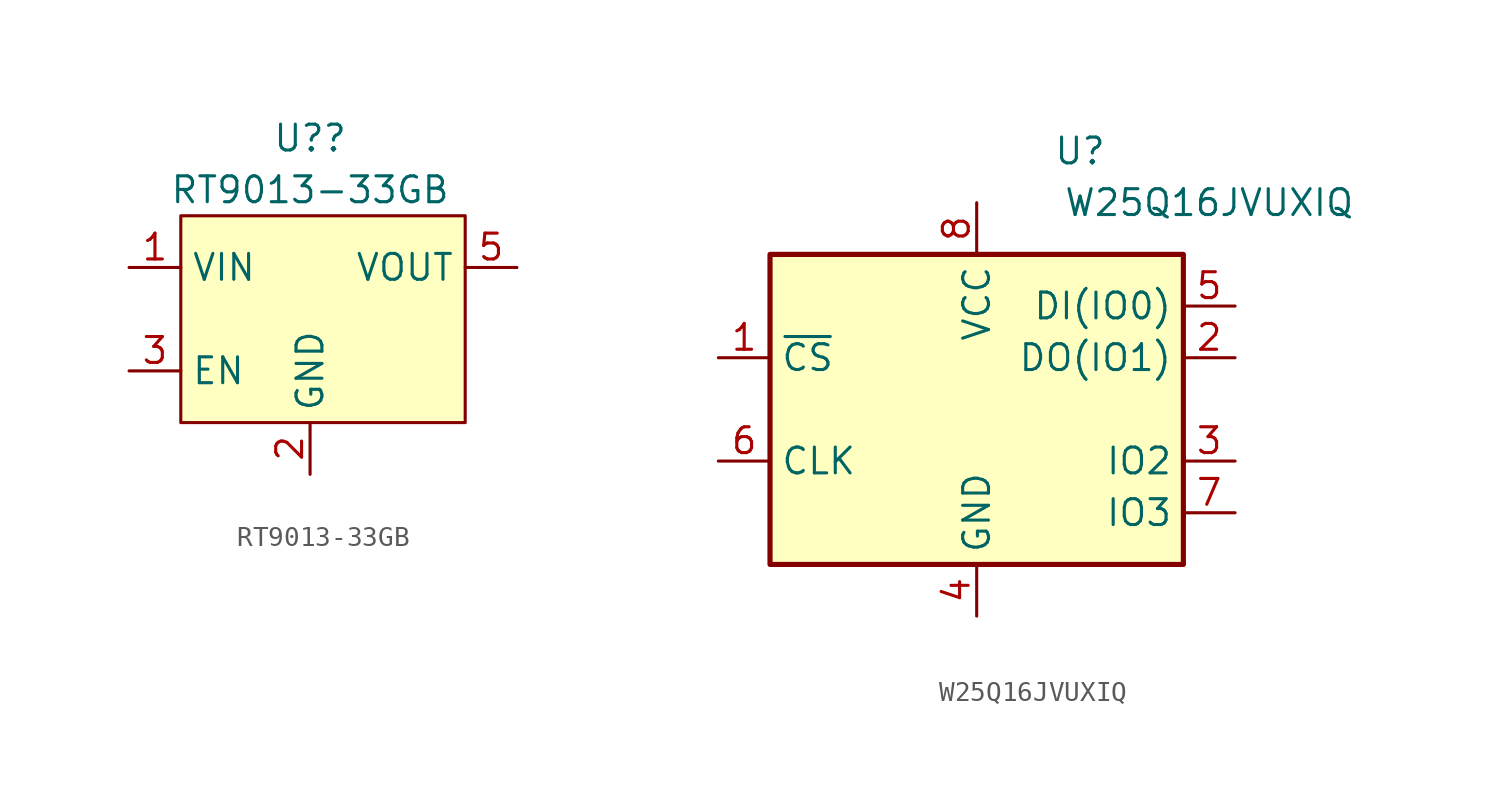
<source format=kicad_sym>
(kicad_symbol_lib
  (version 20211014)
  (generator kicad_symbol_editor)
  (symbol "RT9013-33GB"
    (property "Reference" "U?"
      (at 0 8.89 0)
      (effects (font (size 1.27 1.27))))
    (property "Value" "RT9013-33GB"
      (at 0 6.35 0)
      (effects (font (size 1.27 1.27))))
    (symbol "RT9013-33GB_0_0"
      (pin no_connect non_logic (at 10.16 -2.54 180) (length 2.54) hide (name "NC" (effects (font (size 1.27 1.27)))) (number "4" (effects (font (size 1.27 1.27))))))
    (symbol "RT9013-33GB_0_1"
      (rectangle (start -6.35 5.08) (end 7.62 -5.08) (stroke (width 0) (type default) (color 0 0 0 0)) (fill (type background))))
    (symbol "RT9013-33GB_1_1"
      (pin power_in line (at -8.89 2.54 0) (length 2.54) (name "VIN" (effects (font (size 1.27 1.27)))) (number "1" (effects (font (size 1.27 1.27)))))
      (pin power_in line (at 0 -7.62 90) (length 2.54) (name "GND" (effects (font (size 1.27 1.27)))) (number "2" (effects (font (size 1.27 1.27)))))
      (pin input line (at -8.89 -2.54 0) (length 2.54) (name "EN" (effects (font (size 1.27 1.27)))) (number "3" (effects (font (size 1.27 1.27)))))
      (pin power_out line (at 10.16 2.54 180) (length 2.54) (name "VOUT" (effects (font (size 1.27 1.27)))) (number "5" (effects (font (size 1.27 1.27)))))))
  (symbol "W25Q16JVUXIQ"
    (property "Reference" "U"
      (at 5.08 12.7 0)
      (effects (font (size 1.27 1.27))))
    (property "Value" "W25Q16JVUXIQ"
      (at 11.43 10.16 0)
      (effects (font (size 1.27 1.27))))
    (symbol "W25Q16JVUXIQ_0_0"
      (pin no_connect non_logic (at 2.54 -10.16 90) (length 2.54) hide (name "NC" (effects (font (size 1.27 1.27)))) (number "9" (effects (font (size 1.27 1.27))))))
    (symbol "W25Q16JVUXIQ_0_1"
      (rectangle (start -10.16 7.62) (end 10.16 -7.62) (stroke (width 0.254) (type default) (color 0 0 0 0)) (fill (type background))))
    (symbol "W25Q16JVUXIQ_1_1"
      (pin input line (at -12.7 2.54 0) (length 2.54) (name "~{CS}" (effects (font (size 1.27 1.27)))) (number "1" (effects (font (size 1.27 1.27)))))
      (pin bidirectional line (at 12.7 2.54 180) (length 2.54) (name "DO(IO1)" (effects (font (size 1.27 1.27)))) (number "2" (effects (font (size 1.27 1.27)))))
      (pin bidirectional line (at 12.7 -2.54 180) (length 2.54) (name "IO2" (effects (font (size 1.27 1.27)))) (number "3" (effects (font (size 1.27 1.27)))))
      (pin power_in line (at 0 -10.16 90) (length 2.54) (name "GND" (effects (font (size 1.27 1.27)))) (number "4" (effects (font (size 1.27 1.27)))))
      (pin bidirectional line (at 12.7 5.08 180) (length 2.54) (name "DI(IO0)" (effects (font (size 1.27 1.27)))) (number "5" (effects (font (size 1.27 1.27)))))
      (pin input line (at -12.7 -2.54 0) (length 2.54) (name "CLK" (effects (font (size 1.27 1.27)))) (number "6" (effects (font (size 1.27 1.27)))))
      (pin bidirectional line (at 12.7 -5.08 180) (length 2.54) (name "IO3" (effects (font (size 1.27 1.27)))) (number "7" (effects (font (size 1.27 1.27)))))
      (pin power_in line (at 0 10.16 270) (length 2.54) (name "VCC" (effects (font (size 1.27 1.27)))) (number "8" (effects (font (size 1.27 1.27))))))))
</source>
